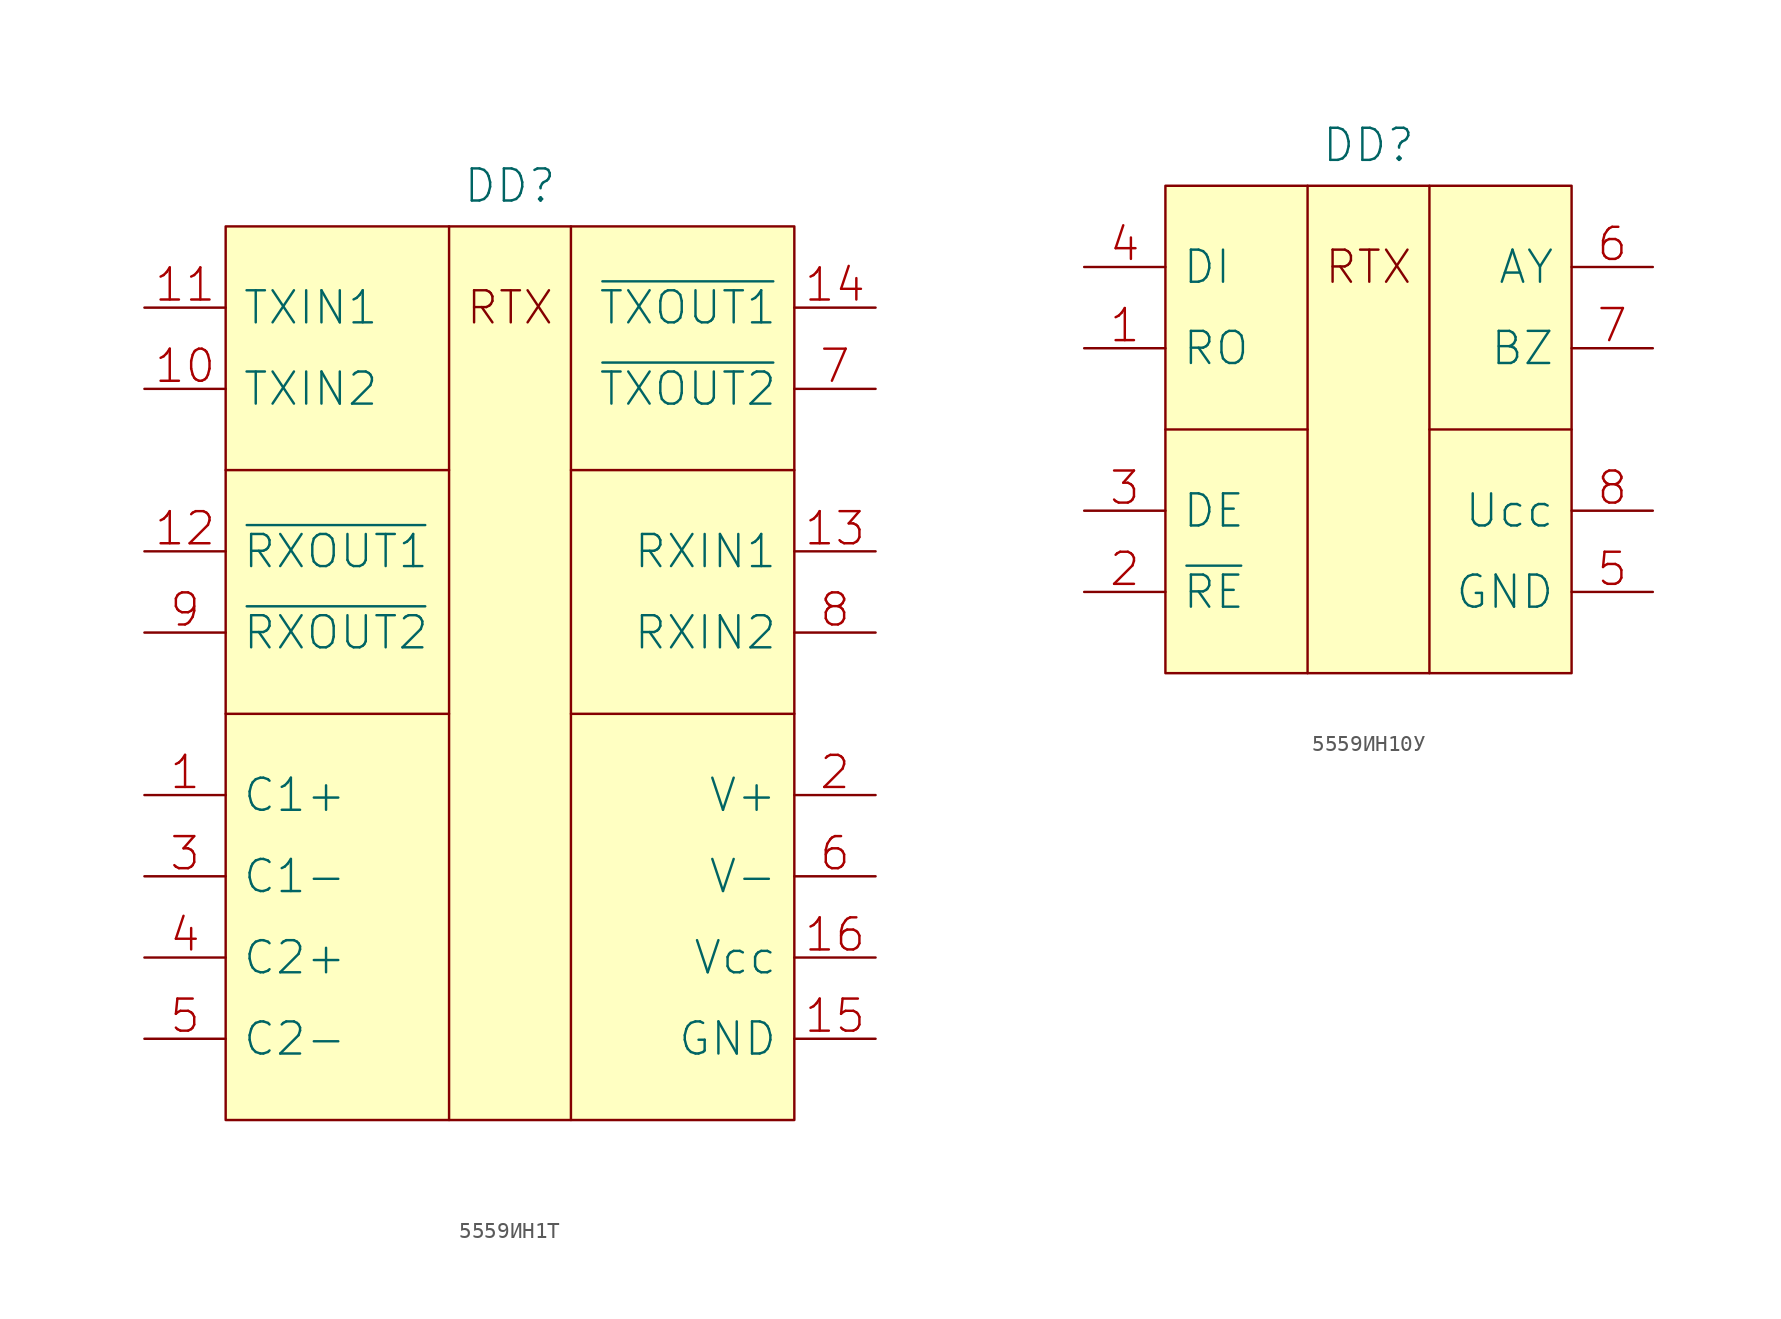
<source format=kicad_sym>
(kicad_symbol_lib
  (version 20231120)
  (generator "kicad_symbol_editor")
  (generator_version "8.0")
  (symbol "5559ИН1Т"
    (pin_names
      (offset 1.016))
    (property "Reference" "DD"
      (at 0 30.48 0)
      (effects (font (size 2.007 2.007))))
    (symbol "5559ИН1Т_0_0"
      (rectangle (start -17.78 27.94) (end 17.78 -27.94) (stroke (width 0) (type solid)) (fill (type background)))
      (polyline (pts (xy -17.78 -2.54) (xy -3.81 -2.54)) (stroke (width 0) (type solid)) (fill (type none)))
      (polyline (pts (xy -17.78 12.7) (xy -3.81 12.7)) (stroke (width 0) (type solid)) (fill (type none)))
      (polyline (pts (xy -3.81 27.94) (xy -3.81 -27.94)) (stroke (width 0) (type solid)) (fill (type none)))
      (polyline (pts (xy 3.81 -2.54) (xy 17.78 -2.54)) (stroke (width 0) (type solid)) (fill (type none)))
      (polyline (pts (xy 3.81 12.7) (xy 17.78 12.7)) (stroke (width 0) (type solid)) (fill (type none)))
      (polyline (pts (xy 3.81 27.94) (xy 3.81 -27.94)) (stroke (width 0) (type solid)) (fill (type none)))
      (text "RTX" (at 0 22.86 0) (effects (font (size 2.007 2.007)))))
    (symbol "5559ИН1Т_1_1"
      (pin passive line (at -22.86 -7.62 0) (length 5.08) (name "C1+" (effects (font (size 2.007 2.007)))) (number "1" (effects (font (size 2.007 2.007)))))
      (pin input line (at -22.86 17.78 0) (length 5.08) (name "TXIN2" (effects (font (size 2.007 2.007)))) (number "10" (effects (font (size 2.007 2.007)))))
      (pin input line (at -22.86 22.86 0) (length 5.08) (name "TXIN1" (effects (font (size 2.007 2.007)))) (number "11" (effects (font (size 2.007 2.007)))))
      (pin output line (at -22.86 7.62 0) (length 5.08) (name "~{RXOUT1}" (effects (font (size 2.007 2.007)))) (number "12" (effects (font (size 2.007 2.007)))))
      (pin input line (at 22.86 7.62 180) (length 5.08) (name "RXIN1" (effects (font (size 2.007 2.007)))) (number "13" (effects (font (size 2.007 2.007)))))
      (pin output line (at 22.86 22.86 180) (length 5.08) (name "~{TXOUT1}" (effects (font (size 2.007 2.007)))) (number "14" (effects (font (size 2.007 2.007)))))
      (pin power_in line (at 22.86 -22.86 180) (length 5.08) (name "GND" (effects (font (size 2.007 2.007)))) (number "15" (effects (font (size 2.007 2.007)))))
      (pin power_in line (at 22.86 -17.78 180) (length 5.08) (name "Vcc" (effects (font (size 2.007 2.007)))) (number "16" (effects (font (size 2.007 2.007)))))
      (pin power_out line (at 22.86 -7.62 180) (length 5.08) (name "V+" (effects (font (size 2.007 2.007)))) (number "2" (effects (font (size 2.007 2.007)))))
      (pin passive line (at -22.86 -12.7 0) (length 5.08) (name "C1-" (effects (font (size 2.007 2.007)))) (number "3" (effects (font (size 2.007 2.007)))))
      (pin passive line (at -22.86 -17.78 0) (length 5.08) (name "C2+" (effects (font (size 2.007 2.007)))) (number "4" (effects (font (size 2.007 2.007)))))
      (pin passive line (at -22.86 -22.86 0) (length 5.08) (name "C2-" (effects (font (size 2.007 2.007)))) (number "5" (effects (font (size 2.007 2.007)))))
      (pin power_out line (at 22.86 -12.7 180) (length 5.08) (name "V-" (effects (font (size 2.007 2.007)))) (number "6" (effects (font (size 2.007 2.007)))))
      (pin output line (at 22.86 17.78 180) (length 5.08) (name "~{TXOUT2}" (effects (font (size 2.007 2.007)))) (number "7" (effects (font (size 2.007 2.007)))))
      (pin input line (at 22.86 2.54 180) (length 5.08) (name "RXIN2" (effects (font (size 2.007 2.007)))) (number "8" (effects (font (size 2.007 2.007)))))
      (pin output line (at -22.86 2.54 0) (length 5.08) (name "~{RXOUT2}" (effects (font (size 2.007 2.007)))) (number "9" (effects (font (size 2.007 2.007)))))))
  (symbol "5559ИН10У"
    (pin_names
      (offset 1.016))
    (property "Reference" "DD"
      (at 0 17.78 0)
      (effects (font (size 2.007 2.007))))
    (symbol "5559ИН10У_0_0"
      (rectangle (start -12.7 15.24) (end 12.7 -15.24) (stroke (width 0) (type solid)) (fill (type background)))
      (polyline (pts (xy -12.7 0) (xy -3.81 0)) (stroke (width 0) (type solid)) (fill (type none)))
      (polyline (pts (xy -3.81 15.24) (xy -3.81 -15.24)) (stroke (width 0) (type solid)) (fill (type none)))
      (polyline (pts (xy 3.81 0) (xy 12.7 0)) (stroke (width 0) (type solid)) (fill (type none)))
      (polyline (pts (xy 3.81 15.24) (xy 3.81 -15.24)) (stroke (width 0) (type solid)) (fill (type none)))
      (text "RTX" (at 0 10.16 0) (effects (font (size 2.007 2.007)))))
    (symbol "5559ИН10У_1_1"
      (pin tri_state line (at -17.78 5.08 0) (length 5.08) (name "RO" (effects (font (size 2.007 2.007)))) (number "1" (effects (font (size 2.007 2.007)))))
      (pin input line (at -17.78 -10.16 0) (length 5.08) (name "~{RE}" (effects (font (size 2.007 2.007)))) (number "2" (effects (font (size 2.007 2.007)))))
      (pin input line (at -17.78 -5.08 0) (length 5.08) (name "DE" (effects (font (size 2.007 2.007)))) (number "3" (effects (font (size 2.007 2.007)))))
      (pin input line (at -17.78 10.16 0) (length 5.08) (name "DI" (effects (font (size 2.007 2.007)))) (number "4" (effects (font (size 2.007 2.007)))))
      (pin power_in line (at 17.78 -10.16 180) (length 5.08) (name "GND" (effects (font (size 2.007 2.007)))) (number "5" (effects (font (size 2.007 2.007)))))
      (pin bidirectional line (at 17.78 10.16 180) (length 5.08) (name "AY" (effects (font (size 2.007 2.007)))) (number "6" (effects (font (size 2.007 2.007)))))
      (pin bidirectional line (at 17.78 5.08 180) (length 5.08) (name "BZ" (effects (font (size 2.007 2.007)))) (number "7" (effects (font (size 2.007 2.007)))))
      (pin power_in line (at 17.78 -5.08 180) (length 5.08) (name "Ucc" (effects (font (size 2.007 2.007)))) (number "8" (effects (font (size 2.007 2.007))))))))
</source>
